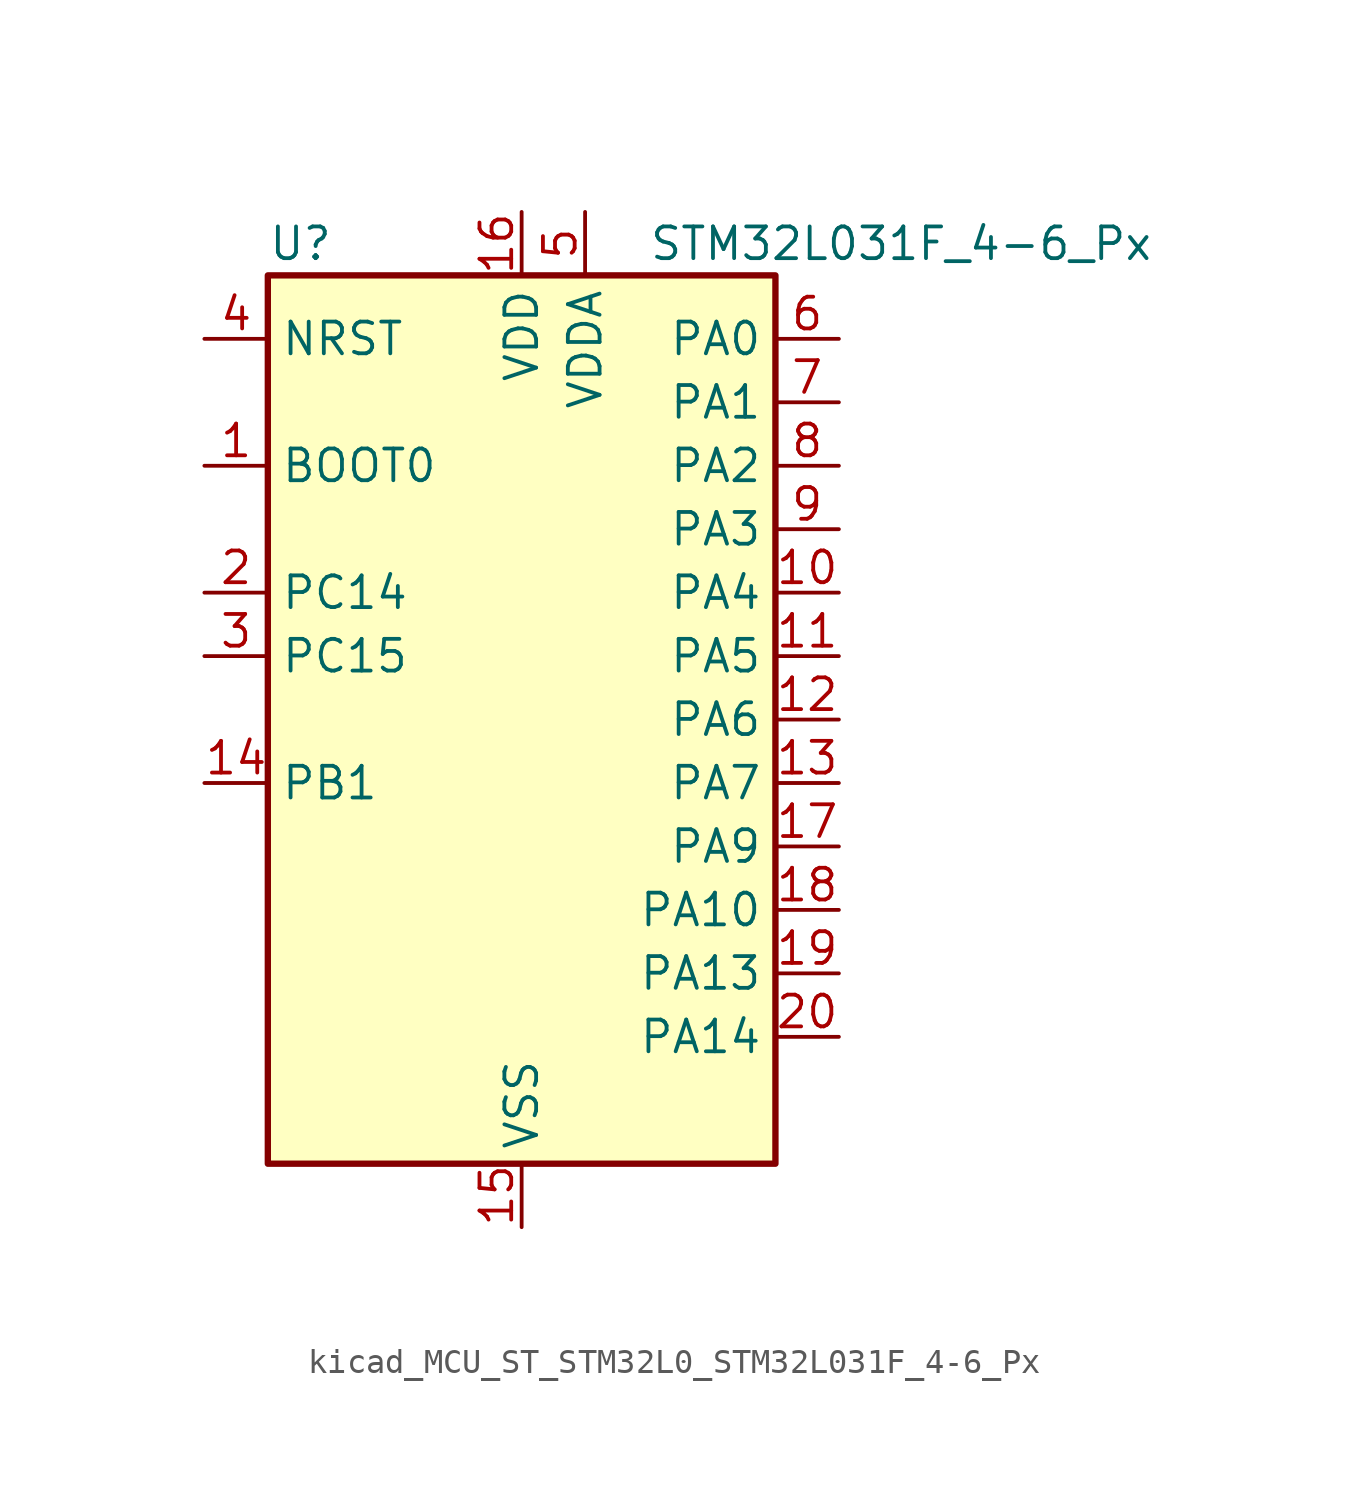
<source format=kicad_sym>
(kicad_symbol_lib
  (version 20220914)
  (generator kicad_symbol_editor)
  (symbol "kicad_MCU_ST_STM32L0_STM32L031F_4-6_Px"
    (property "Reference" "U"
      (at -10.16 19.05 0)
      (effects (font (size 1.27 1.27)) (justify left)))
    (property "Value" "STM32L031F_4-6_Px"
      (at 5.08 19.05 0)
      (effects (font (size 1.27 1.27)) (justify left)))
    (property "ki_locked" ""
      (at 0 0 0)
      (effects (font (size 1.27 1.27))))
    (symbol "kicad_MCU_ST_STM32L0_STM32L031F_4-6_Px_0_1"
      (rectangle (start -10.16 -17.78) (end 10.16 17.78) (stroke (width 0.254) (type default)) (fill (type background))))
    (symbol "kicad_MCU_ST_STM32L0_STM32L031F_4-6_Px_1_1"
      (pin input line (at -12.7 10.16 0) (length 2.54) (name "BOOT0" (effects (font (size 1.27 1.27)))) (number "1" (effects (font (size 1.27 1.27)))))
      (pin bidirectional line (at 12.7 5.08 180) (length 2.54) (name "PA4" (effects (font (size 1.27 1.27)))) (number "10" (effects (font (size 1.27 1.27)))) (alternate "ADC_IN4" bidirectional line) (alternate "COMP1_INM" bidirectional line) (alternate "COMP2_INM" bidirectional line) (alternate "LPTIM1_IN1" bidirectional line) (alternate "SPI1_NSS" bidirectional line) (alternate "TIM22_ETR" bidirectional line) (alternate "USART2_CK" bidirectional line))
      (pin bidirectional line (at 12.7 2.54 180) (length 2.54) (name "PA5" (effects (font (size 1.27 1.27)))) (number "11" (effects (font (size 1.27 1.27)))) (alternate "ADC_IN5" bidirectional line) (alternate "COMP1_INM" bidirectional line) (alternate "COMP2_INM" bidirectional line) (alternate "LPTIM1_IN2" bidirectional line) (alternate "SPI1_SCK" bidirectional line) (alternate "TIM2_CH1" bidirectional line) (alternate "TIM2_ETR" bidirectional line))
      (pin bidirectional line (at 12.7 0 180) (length 2.54) (name "PA6" (effects (font (size 1.27 1.27)))) (number "12" (effects (font (size 1.27 1.27)))) (alternate "ADC_IN6" bidirectional line) (alternate "COMP1_OUT" bidirectional line) (alternate "LPTIM1_ETR" bidirectional line) (alternate "LPUART1_CTS" bidirectional line) (alternate "SPI1_MISO" bidirectional line) (alternate "TIM22_CH1" bidirectional line))
      (pin bidirectional line (at 12.7 -2.54 180) (length 2.54) (name "PA7" (effects (font (size 1.27 1.27)))) (number "13" (effects (font (size 1.27 1.27)))) (alternate "ADC_IN7" bidirectional line) (alternate "COMP2_OUT" bidirectional line) (alternate "LPTIM1_OUT" bidirectional line) (alternate "SPI1_MOSI" bidirectional line) (alternate "TIM22_CH2" bidirectional line) (alternate "USART2_CTS" bidirectional line))
      (pin bidirectional line (at -12.7 -2.54 0) (length 2.54) (name "PB1" (effects (font (size 1.27 1.27)))) (number "14" (effects (font (size 1.27 1.27)))) (alternate "ADC_IN9" bidirectional line) (alternate "LPUART1_DE" bidirectional line) (alternate "LPUART1_RTS" bidirectional line) (alternate "SPI1_MOSI" bidirectional line) (alternate "SYS_VREF_OUT_PB1" bidirectional line) (alternate "TIM2_CH4" bidirectional line) (alternate "USART2_CK" bidirectional line))
      (pin power_in line (at 0 -20.32 90) (length 2.54) (name "VSS" (effects (font (size 1.27 1.27)))) (number "15" (effects (font (size 1.27 1.27)))))
      (pin power_in line (at 0 20.32 270) (length 2.54) (name "VDD" (effects (font (size 1.27 1.27)))) (number "16" (effects (font (size 1.27 1.27)))))
      (pin bidirectional line (at 12.7 -5.08 180) (length 2.54) (name "PA9" (effects (font (size 1.27 1.27)))) (number "17" (effects (font (size 1.27 1.27)))) (alternate "I2C1_SCL" bidirectional line) (alternate "RCC_MCO" bidirectional line) (alternate "TIM22_CH1" bidirectional line) (alternate "USART2_TX" bidirectional line))
      (pin bidirectional line (at 12.7 -7.62 180) (length 2.54) (name "PA10" (effects (font (size 1.27 1.27)))) (number "18" (effects (font (size 1.27 1.27)))) (alternate "I2C1_SDA" bidirectional line) (alternate "TIM22_CH2" bidirectional line) (alternate "USART2_RX" bidirectional line))
      (pin bidirectional line (at 12.7 -10.16 180) (length 2.54) (name "PA13" (effects (font (size 1.27 1.27)))) (number "19" (effects (font (size 1.27 1.27)))) (alternate "LPTIM1_ETR" bidirectional line) (alternate "LPUART1_RX" bidirectional line) (alternate "SYS_SWDIO" bidirectional line))
      (pin bidirectional line (at -12.7 5.08 0) (length 2.54) (name "PC14" (effects (font (size 1.27 1.27)))) (number "2" (effects (font (size 1.27 1.27)))) (alternate "RCC_OSC32_IN" bidirectional line))
      (pin bidirectional line (at 12.7 -12.7 180) (length 2.54) (name "PA14" (effects (font (size 1.27 1.27)))) (number "20" (effects (font (size 1.27 1.27)))) (alternate "I2C1_SMBA" bidirectional line) (alternate "LPTIM1_OUT" bidirectional line) (alternate "LPUART1_TX" bidirectional line) (alternate "SYS_SWCLK" bidirectional line) (alternate "USART2_TX" bidirectional line))
      (pin bidirectional line (at -12.7 2.54 0) (length 2.54) (name "PC15" (effects (font (size 1.27 1.27)))) (number "3" (effects (font (size 1.27 1.27)))) (alternate "RCC_OSC32_OUT" bidirectional line))
      (pin input line (at -12.7 15.24 0) (length 2.54) (name "NRST" (effects (font (size 1.27 1.27)))) (number "4" (effects (font (size 1.27 1.27)))))
      (pin power_in line (at 2.54 20.32 270) (length 2.54) (name "VDDA" (effects (font (size 1.27 1.27)))) (number "5" (effects (font (size 1.27 1.27)))))
      (pin bidirectional line (at 12.7 15.24 180) (length 2.54) (name "PA0" (effects (font (size 1.27 1.27)))) (number "6" (effects (font (size 1.27 1.27)))) (alternate "ADC_IN0" bidirectional line) (alternate "COMP1_INM" bidirectional line) (alternate "COMP1_OUT" bidirectional line) (alternate "LPTIM1_IN1" bidirectional line) (alternate "RCC_CK_IN" bidirectional line) (alternate "RTC_TAMP2" bidirectional line) (alternate "SYS_WKUP1" bidirectional line) (alternate "TIM2_CH1" bidirectional line) (alternate "TIM2_ETR" bidirectional line) (alternate "USART2_CTS" bidirectional line))
      (pin bidirectional line (at 12.7 12.7 180) (length 2.54) (name "PA1" (effects (font (size 1.27 1.27)))) (number "7" (effects (font (size 1.27 1.27)))) (alternate "ADC_IN1" bidirectional line) (alternate "COMP1_INP" bidirectional line) (alternate "I2C1_SMBA" bidirectional line) (alternate "LPTIM1_IN2" bidirectional line) (alternate "TIM21_ETR" bidirectional line) (alternate "TIM2_CH2" bidirectional line) (alternate "USART2_DE" bidirectional line) (alternate "USART2_RTS" bidirectional line))
      (pin bidirectional line (at 12.7 10.16 180) (length 2.54) (name "PA2" (effects (font (size 1.27 1.27)))) (number "8" (effects (font (size 1.27 1.27)))) (alternate "ADC_IN2" bidirectional line) (alternate "COMP2_INM" bidirectional line) (alternate "COMP2_OUT" bidirectional line) (alternate "LPUART1_TX" bidirectional line) (alternate "RTC_OUT_ALARM" bidirectional line) (alternate "RTC_OUT_CALIB" bidirectional line) (alternate "RTC_TAMP3" bidirectional line) (alternate "RTC_TS" bidirectional line) (alternate "SYS_WKUP3" bidirectional line) (alternate "TIM21_CH1" bidirectional line) (alternate "TIM2_CH3" bidirectional line) (alternate "USART2_TX" bidirectional line))
      (pin bidirectional line (at 12.7 7.62 180) (length 2.54) (name "PA3" (effects (font (size 1.27 1.27)))) (number "9" (effects (font (size 1.27 1.27)))) (alternate "ADC_IN3" bidirectional line) (alternate "COMP2_INP" bidirectional line) (alternate "LPUART1_RX" bidirectional line) (alternate "TIM21_CH2" bidirectional line) (alternate "TIM2_CH4" bidirectional line) (alternate "USART2_RX" bidirectional line)))))
</source>
